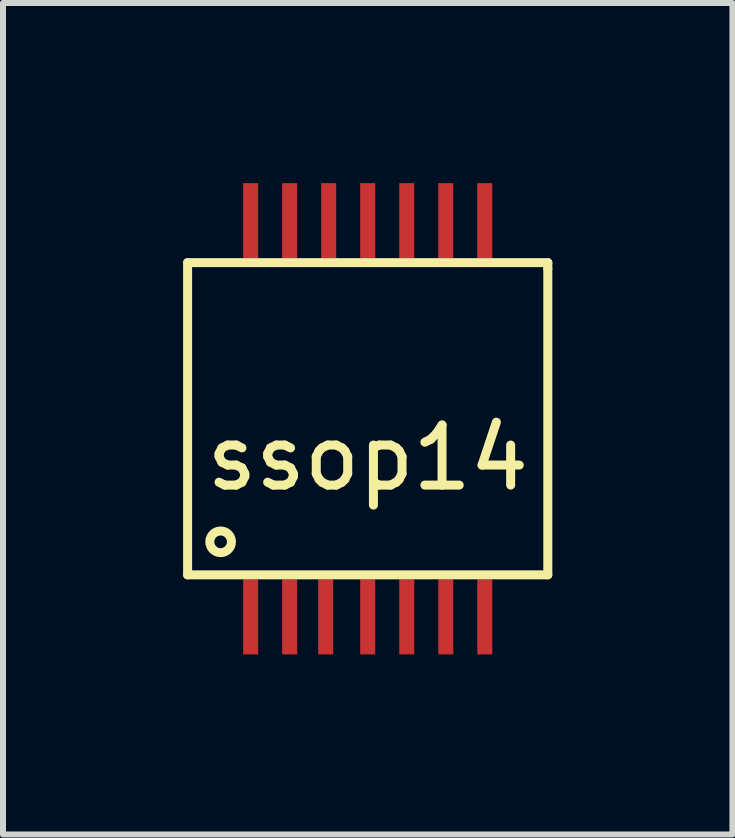
<source format=kicad_pcb>
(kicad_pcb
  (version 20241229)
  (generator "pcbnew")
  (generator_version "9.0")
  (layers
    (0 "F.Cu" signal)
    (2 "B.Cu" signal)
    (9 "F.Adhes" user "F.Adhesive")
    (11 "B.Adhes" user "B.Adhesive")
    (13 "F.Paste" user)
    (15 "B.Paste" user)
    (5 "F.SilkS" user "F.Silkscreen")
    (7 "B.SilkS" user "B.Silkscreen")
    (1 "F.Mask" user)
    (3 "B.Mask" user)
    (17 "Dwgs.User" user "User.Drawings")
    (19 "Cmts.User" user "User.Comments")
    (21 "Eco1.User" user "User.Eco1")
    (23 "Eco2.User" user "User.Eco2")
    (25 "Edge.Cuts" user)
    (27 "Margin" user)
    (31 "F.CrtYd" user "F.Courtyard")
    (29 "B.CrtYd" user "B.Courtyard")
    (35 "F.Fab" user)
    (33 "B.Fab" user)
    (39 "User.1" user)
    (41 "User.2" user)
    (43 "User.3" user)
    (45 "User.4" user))
  (footprint "ssop14"
    (layer "F.Cu")
    (at 3.075 3.925)
    (property "Reference" "ssop14" (at 0 0.65 0) (layer "F.SilkS") (effects (font (size 1 1) (thickness 0.15))))
    (attr through_hole)
    (fp_line (start -3 -2.6) (end 3 -2.6) (stroke (width 0.15) (type solid)) (layer "F.SilkS"))
    (fp_line (start -3 2.6) (end -3 -2.6) (stroke (width 0.15) (type solid)) (layer "F.SilkS"))
    (fp_line (start 3 -2.6) (end 3 -2.5) (stroke (width 0.15) (type solid)) (layer "F.SilkS"))
    (fp_line (start 3 -2.5) (end 3 2.6) (stroke (width 0.15) (type solid)) (layer "F.SilkS"))
    (fp_line (start 3 2.6) (end -3 2.6) (stroke (width 0.15) (type solid)) (layer "F.SilkS"))
    (fp_circle (center -2.45 2.05) (end -2.3 1.95) (stroke (width 0.15) (type solid)) (fill no) (layer "F.SilkS"))
    (pad "1" smd rect (at -1.95 3.3) (size 0.25 1.25) (layers "F.Cu" "F.Mask" "F.Paste"))
    (pad "2" smd rect (at -1.3 3.3) (size 0.25 1.25) (layers "F.Cu" "F.Mask" "F.Paste"))
    (pad "3" smd rect (at -0.7 3.3) (size 0.25 1.25) (layers "F.Cu" "F.Mask" "F.Paste"))
    (pad "4" smd rect (at 0 3.3) (size 0.25 1.25) (layers "F.Cu" "F.Mask" "F.Paste"))
    (pad "5" smd rect (at 0.65 3.3) (size 0.25 1.25) (layers "F.Cu" "F.Mask" "F.Paste"))
    (pad "6" smd rect (at 1.3 3.3) (size 0.25 1.25) (layers "F.Cu" "F.Mask" "F.Paste"))
    (pad "7" smd rect (at 1.95 3.3) (size 0.25 1.25) (layers "F.Cu" "F.Mask" "F.Paste"))
    (pad "8" smd rect (at 1.95 -3.3) (size 0.25 1.25) (layers "F.Cu" "F.Mask" "F.Paste"))
    (pad "9" smd rect (at 1.3 -3.3) (size 0.25 1.25) (layers "F.Cu" "F.Mask" "F.Paste"))
    (pad "10" smd rect (at 0.65 -3.3) (size 0.25 1.25) (layers "F.Cu" "F.Mask" "F.Paste"))
    (pad "11" smd rect (at 0 -3.3) (size 0.25 1.25) (layers "F.Cu" "F.Mask" "F.Paste"))
    (pad "12" smd rect (at -0.65 -3.3) (size 0.25 1.25) (layers "F.Cu" "F.Mask" "F.Paste"))
    (pad "13" smd rect (at -1.3 -3.3) (size 0.25 1.25) (layers "F.Cu" "F.Mask" "F.Paste"))
    (pad "14" smd rect (at -1.95 -3.3) (size 0.25 1.25) (layers "F.Cu" "F.Mask" "F.Paste")))
  (gr_rect
    (start -3 -3)
    (end 9.15 10.85)
    (stroke (width 0.1) (type default))
    (fill no)
    (layer "Edge.Cuts")))
</source>
